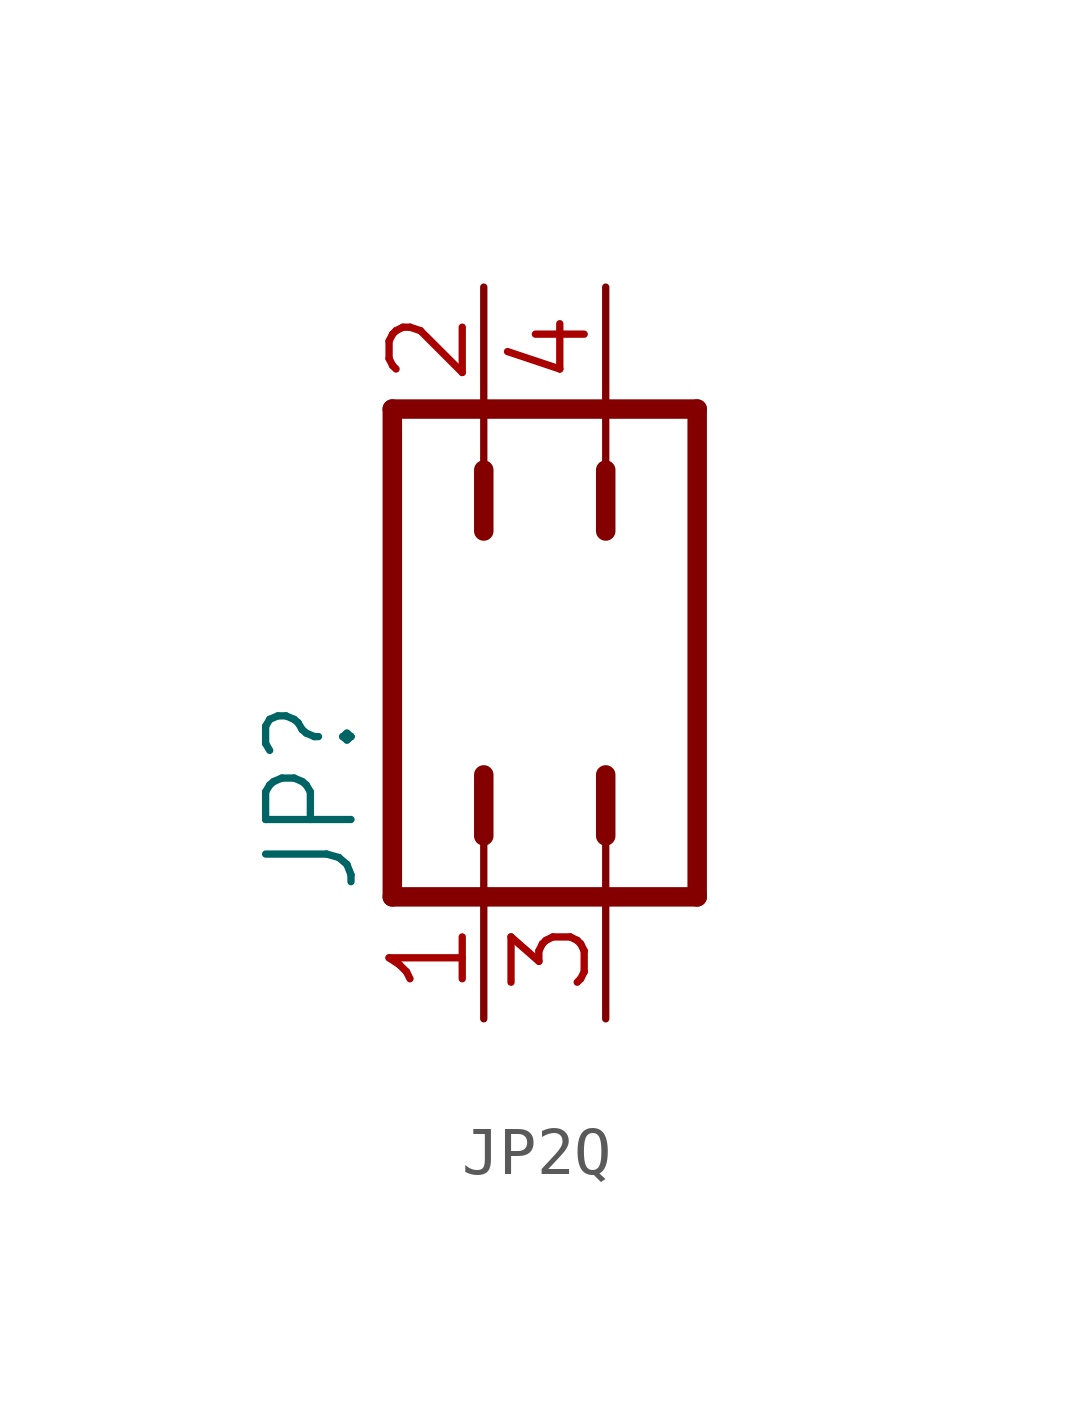
<source format=kicad_sym>
(kicad_symbol_lib
  (version 20241209)
  (generator "kicad_symbol_editor")
  (generator_version "9.0")
  (symbol "JP2Q"
    (property "Reference" "JP"
      (at -2.54 -5.08 90)
      (effects (font (size 1.778 1.511)) (justify left bottom)))
    (property "Value" ""
      (at 6.985 -5.08 90)
      (effects (font (size 1.778 1.511)) (justify left bottom)))
    (property "ki_locked" ""
      (at 0 0 0)
      (effects (font (size 1.27 1.27))))
    (symbol "JP2Q_1_0"
      (polyline (pts (xy -1.905 5.08) (xy 4.445 5.08)) (stroke (width 0.406) (type solid)) (fill (type none)))
      (polyline (pts (xy -1.905 -5.08) (xy -1.905 5.08)) (stroke (width 0.406) (type solid)) (fill (type none)))
      (polyline (pts (xy 0 3.81) (xy 0 5.08)) (stroke (width 0.152) (type solid)) (fill (type none)))
      (polyline (pts (xy 0 2.54) (xy 0 3.81)) (stroke (width 0.406) (type solid)) (fill (type none)))
      (polyline (pts (xy 0 -2.54) (xy 0 -3.81)) (stroke (width 0.406) (type solid)) (fill (type none)))
      (polyline (pts (xy 0 -3.81) (xy 0 -5.08)) (stroke (width 0.152) (type solid)) (fill (type none)))
      (polyline (pts (xy 2.54 3.81) (xy 2.54 5.08)) (stroke (width 0.152) (type solid)) (fill (type none)))
      (polyline (pts (xy 2.54 2.54) (xy 2.54 3.81)) (stroke (width 0.406) (type solid)) (fill (type none)))
      (polyline (pts (xy 2.54 -2.54) (xy 2.54 -3.81)) (stroke (width 0.406) (type solid)) (fill (type none)))
      (polyline (pts (xy 2.54 -3.81) (xy 2.54 -5.08)) (stroke (width 0.152) (type solid)) (fill (type none)))
      (polyline (pts (xy 4.445 5.08) (xy 4.445 -5.08)) (stroke (width 0.406) (type solid)) (fill (type none)))
      (polyline (pts (xy 4.445 -5.08) (xy -1.905 -5.08)) (stroke (width 0.406) (type solid)) (fill (type none)))
      (pin passive line (at 0 7.62 270) (length 2.54) (name "2" (effects (font (size 0 0)))) (number "2" (effects (font (size 1.524 1.524)))))
      (pin passive line (at 0 -7.62 90) (length 2.54) (name "1" (effects (font (size 0 0)))) (number "1" (effects (font (size 1.524 1.524)))))
      (pin passive line (at 2.54 7.62 270) (length 2.54) (name "4" (effects (font (size 0 0)))) (number "4" (effects (font (size 1.524 1.524)))))
      (pin passive line (at 2.54 -7.62 90) (length 2.54) (name "3" (effects (font (size 0 0)))) (number "3" (effects (font (size 1.524 1.524))))))))
</source>
